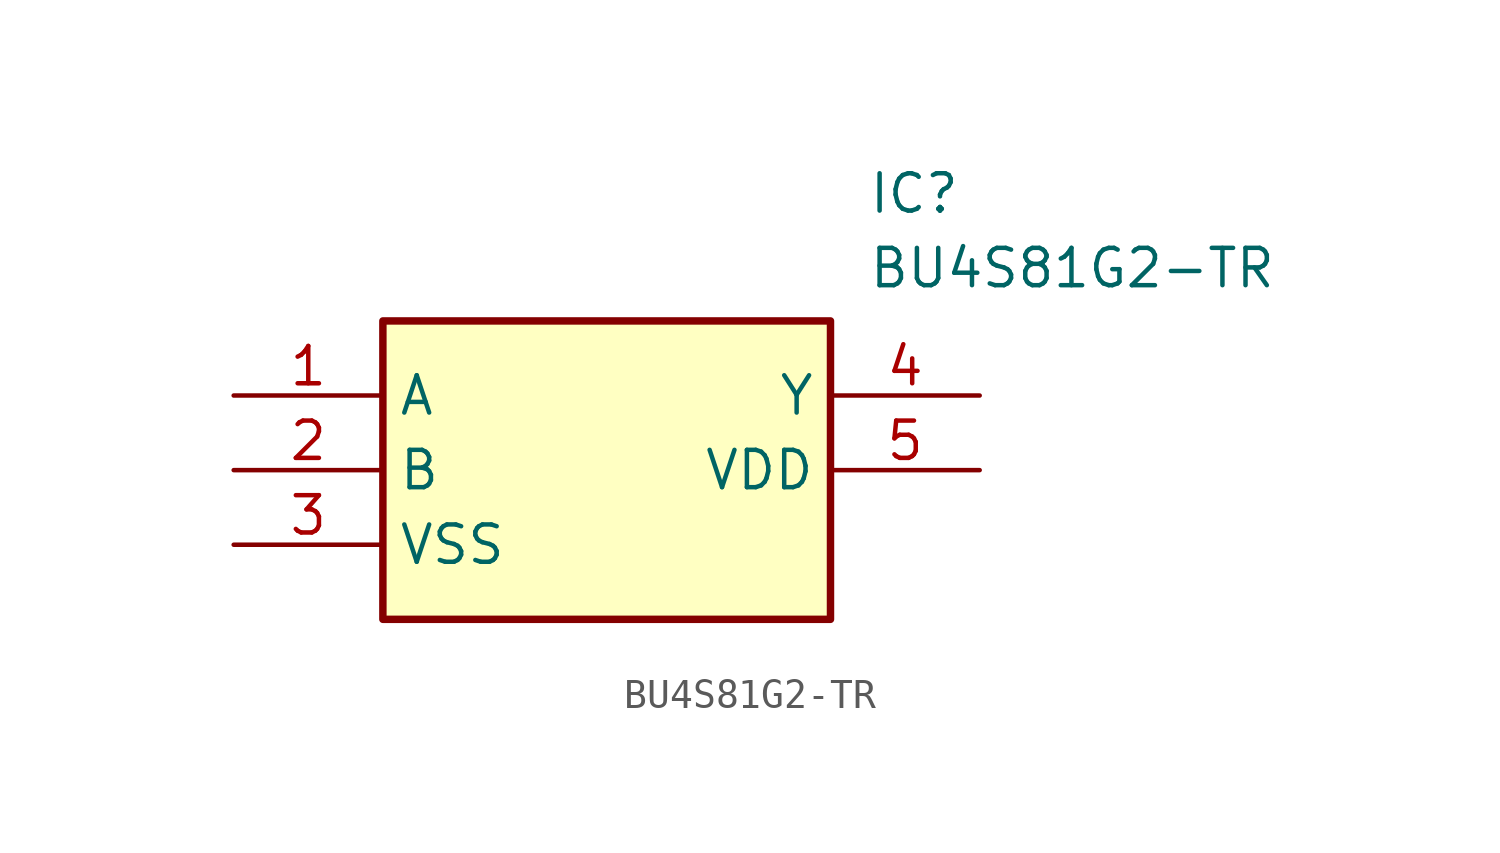
<source format=kicad_sym>
(kicad_symbol_lib
  (version 20211014)
  (generator SamacSys_ECAD_Model)
  (symbol "BU4S81G2-TR"
    (property "Reference" "IC"
      (at 21.59 7.62 0)
      (effects (font (size 1.27 1.27)) (justify left top)))
    (property "Value" "BU4S81G2-TR"
      (at 21.59 5.08 0)
      (effects (font (size 1.27 1.27)) (justify left top)))
    (rectangle
      (start 5.08 2.54)
      (end 20.32 -7.62)
      (stroke (width 0.254) (type default))
      (fill (type background)))
    (pin passive line
      (at 0 0 0)
      (length 5.08)
      (name "A" (effects (font (size 1.27 1.27))))
      (number "1" (effects (font (size 1.27 1.27)))))
    (pin passive line
      (at 0 -2.54 0)
      (length 5.08)
      (name "B" (effects (font (size 1.27 1.27))))
      (number "2" (effects (font (size 1.27 1.27)))))
    (pin passive line
      (at 0 -5.08 0)
      (length 5.08)
      (name "VSS" (effects (font (size 1.27 1.27))))
      (number "3" (effects (font (size 1.27 1.27)))))
    (pin passive line
      (at 25.4 0 180)
      (length 5.08)
      (name "Y" (effects (font (size 1.27 1.27))))
      (number "4" (effects (font (size 1.27 1.27)))))
    (pin passive line
      (at 25.4 -2.54 180)
      (length 5.08)
      (name "VDD" (effects (font (size 1.27 1.27))))
      (number "5" (effects (font (size 1.27 1.27)))))))
</source>
